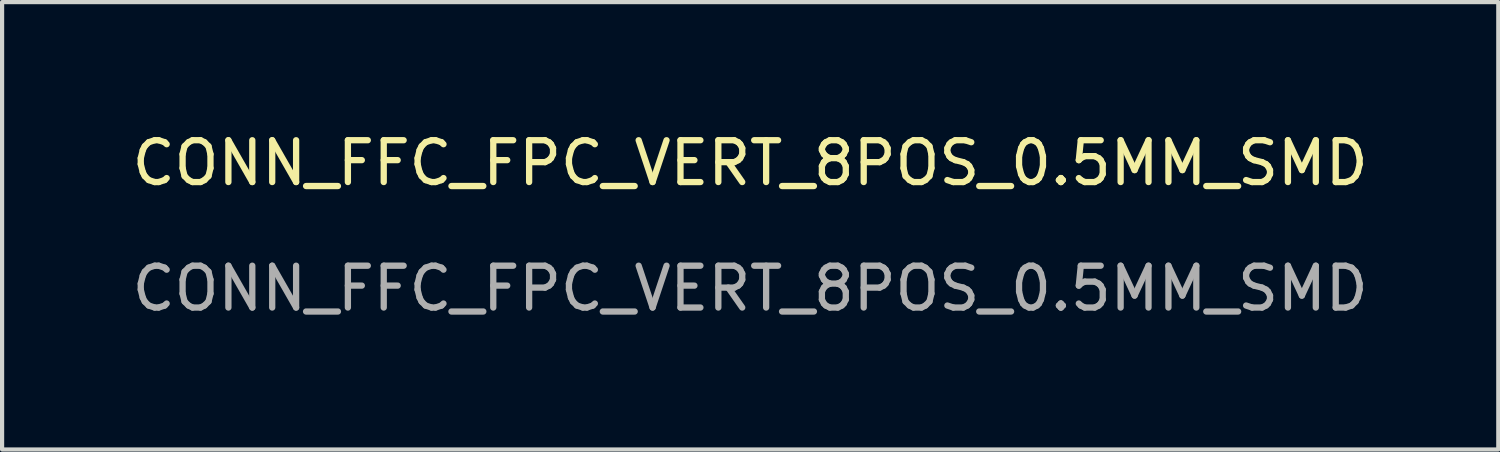
<source format=kicad_pcb>
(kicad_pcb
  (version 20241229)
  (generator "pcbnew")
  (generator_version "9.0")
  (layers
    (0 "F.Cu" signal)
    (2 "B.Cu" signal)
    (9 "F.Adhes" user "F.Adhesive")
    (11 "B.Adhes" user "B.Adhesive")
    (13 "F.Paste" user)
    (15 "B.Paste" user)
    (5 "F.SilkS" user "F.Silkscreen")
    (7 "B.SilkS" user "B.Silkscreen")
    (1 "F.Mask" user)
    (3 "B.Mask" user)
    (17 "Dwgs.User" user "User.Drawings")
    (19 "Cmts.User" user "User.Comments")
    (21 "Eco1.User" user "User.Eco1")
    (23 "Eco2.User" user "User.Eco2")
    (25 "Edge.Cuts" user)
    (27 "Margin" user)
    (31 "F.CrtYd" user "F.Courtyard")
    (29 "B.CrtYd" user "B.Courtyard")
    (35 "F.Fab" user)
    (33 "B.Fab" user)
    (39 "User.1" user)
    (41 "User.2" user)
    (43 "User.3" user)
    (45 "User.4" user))
  (footprint "CONN_FFC_FPC_VERT_8POS_0.5MM_SMD"
    (layer "F.Cu")
    (at 14.887 1.348)
    (property "Reference" "CONN_FFC_FPC_VERT_8POS_0.5MM_SMD" (at 0 -0.5 0) (unlocked yes) (layer "F.SilkS") (effects (font (size 1 1) (thickness 0.15))))
    (attr smd)
    (fp_text user "${REFERENCE}" (at 0 2.5 0) (unlocked yes) (layer "F.Fab") (effects (font (size 1 1) (thickness 0.15)))))
  (gr_rect
    (start -3 -3)
    (end 32.774 7.697)
    (stroke (width 0.1) (type default))
    (fill no)
    (layer "Edge.Cuts")))
</source>
